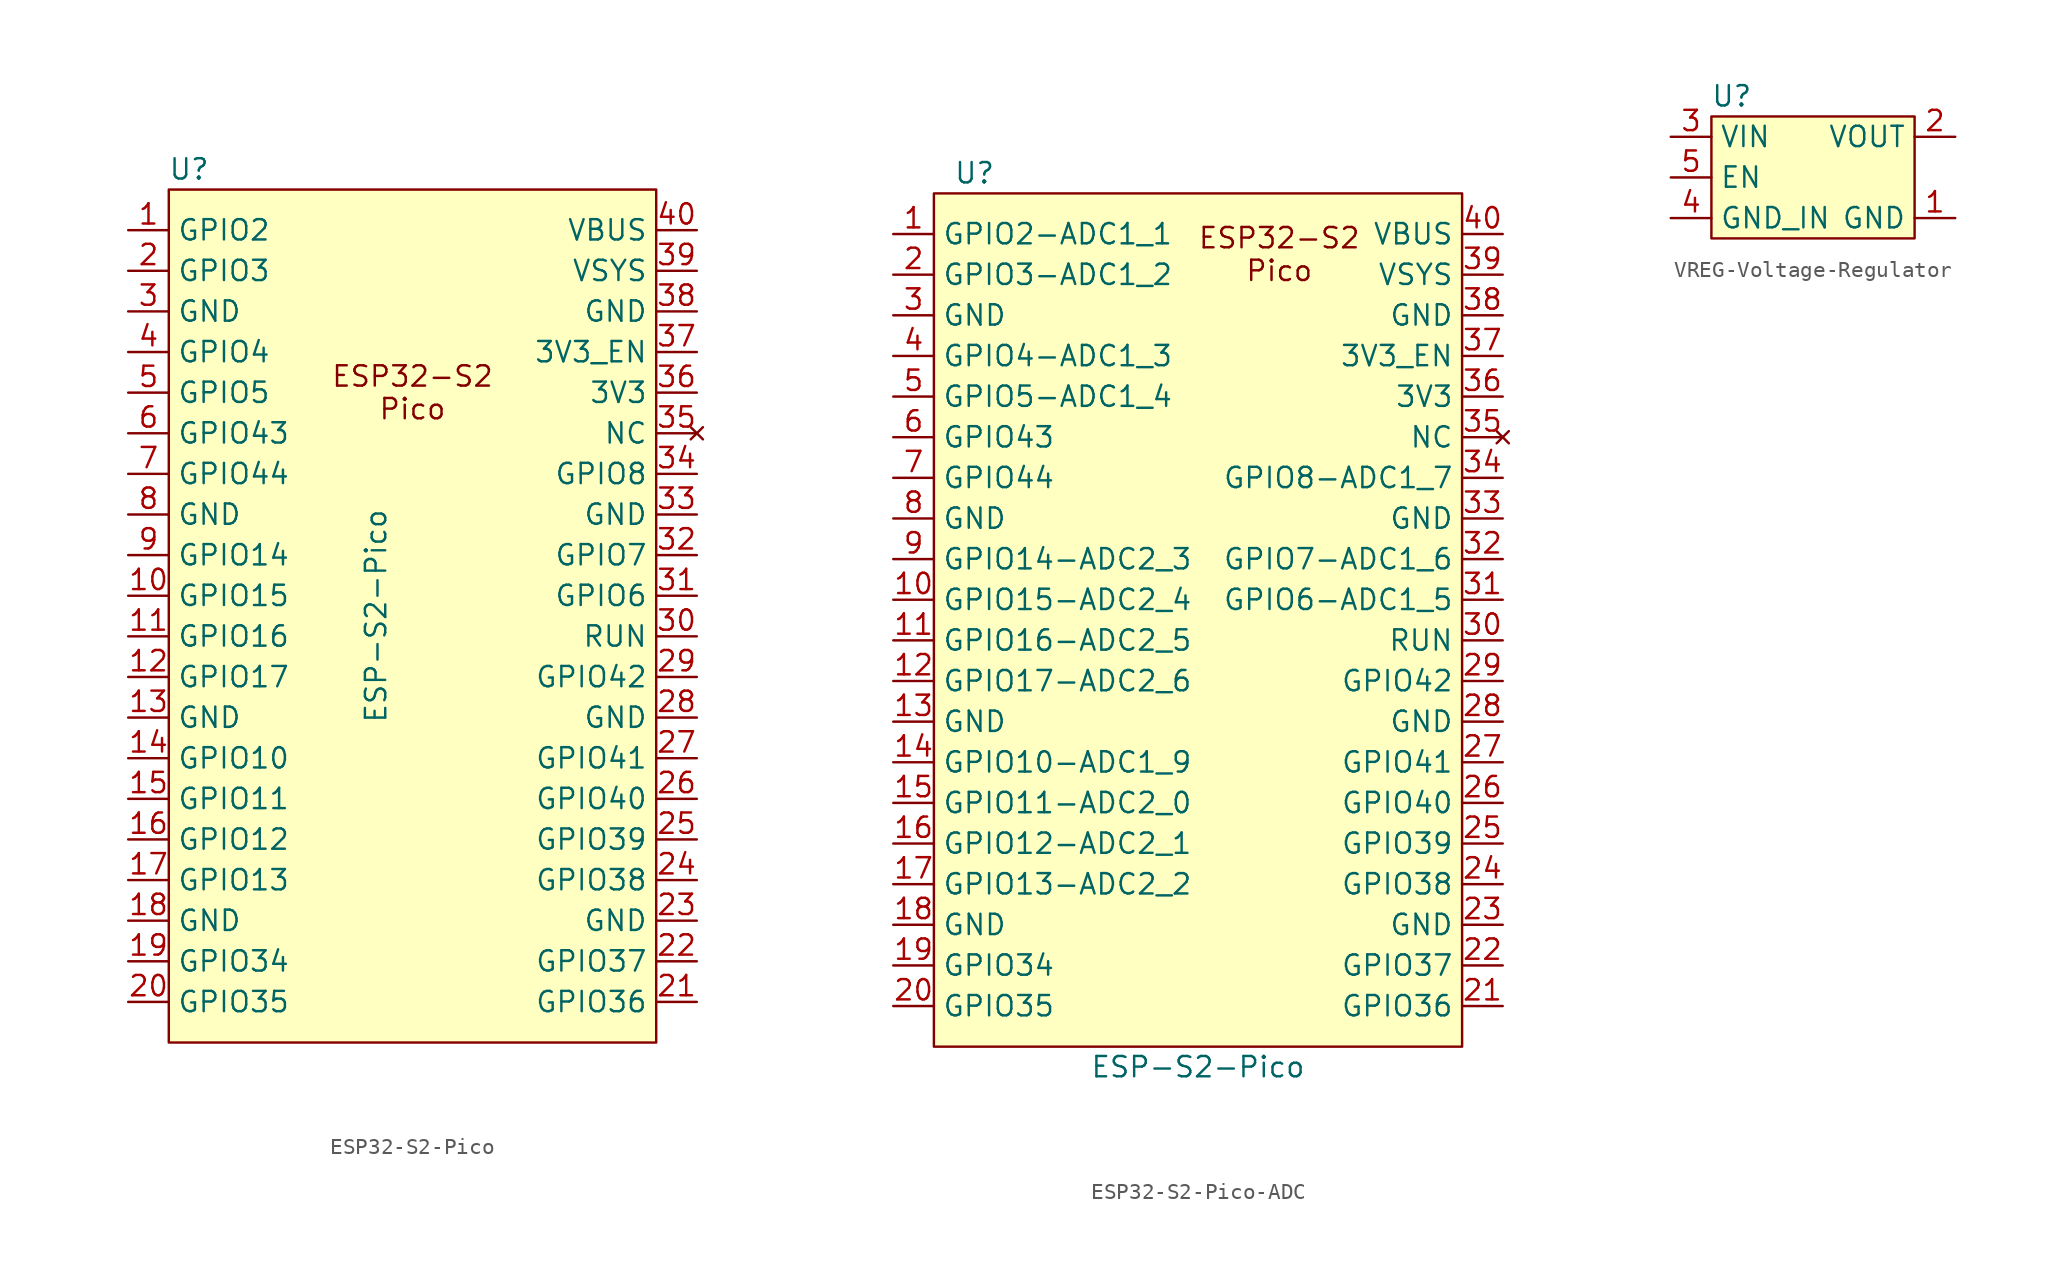
<source format=kicad_sym>
(kicad_symbol_lib
  (version 20231120)
  (generator "kicad_symbol_editor")
  (generator_version "8.0")
  (symbol "ESP32-S2-Pico"
    (property "Reference" "U"
      (at -13.97 27.94 0)
      (effects (font (size 1.27 1.27))))
    (property "Value" "ESP-S2-Pico"
      (at -2.286 0 90)
      (effects (font (size 1.27 1.27))))
    (symbol "ESP32-S2-Pico_0_1"
      (rectangle (start -15.24 26.67) (end 15.24 -26.67) (stroke (width 0) (type default)) (fill (type background))))
    (symbol "ESP32-S2-Pico_1_0"
      (text "ESP32-S2\nPico" (at 0 13.97 0) (effects (font (size 1.27 1.27)))))
    (symbol "ESP32-S2-Pico_1_1"
      (pin bidirectional line (at -17.78 24.13 0) (length 2.54) (name "GPIO2" (effects (font (size 1.27 1.27)))) (number "1" (effects (font (size 1.27 1.27)))))
      (pin bidirectional line (at -17.78 1.27 0) (length 2.54) (name "GPIO15" (effects (font (size 1.27 1.27)))) (number "10" (effects (font (size 1.27 1.27)))))
      (pin bidirectional line (at -17.78 -1.27 0) (length 2.54) (name "GPIO16" (effects (font (size 1.27 1.27)))) (number "11" (effects (font (size 1.27 1.27)))))
      (pin bidirectional line (at -17.78 -3.81 0) (length 2.54) (name "GPIO17" (effects (font (size 1.27 1.27)))) (number "12" (effects (font (size 1.27 1.27)))))
      (pin power_in line (at -17.78 -6.35 0) (length 2.54) (name "GND" (effects (font (size 1.27 1.27)))) (number "13" (effects (font (size 1.27 1.27)))))
      (pin bidirectional line (at -17.78 -8.89 0) (length 2.54) (name "GPIO10" (effects (font (size 1.27 1.27)))) (number "14" (effects (font (size 1.27 1.27)))))
      (pin bidirectional line (at -17.78 -11.43 0) (length 2.54) (name "GPIO11" (effects (font (size 1.27 1.27)))) (number "15" (effects (font (size 1.27 1.27)))))
      (pin bidirectional line (at -17.78 -13.97 0) (length 2.54) (name "GPIO12" (effects (font (size 1.27 1.27)))) (number "16" (effects (font (size 1.27 1.27)))))
      (pin bidirectional line (at -17.78 -16.51 0) (length 2.54) (name "GPIO13" (effects (font (size 1.27 1.27)))) (number "17" (effects (font (size 1.27 1.27)))))
      (pin power_in line (at -17.78 -19.05 0) (length 2.54) (name "GND" (effects (font (size 1.27 1.27)))) (number "18" (effects (font (size 1.27 1.27)))))
      (pin bidirectional line (at -17.78 -21.59 0) (length 2.54) (name "GPIO34" (effects (font (size 1.27 1.27)))) (number "19" (effects (font (size 1.27 1.27)))))
      (pin bidirectional line (at -17.78 21.59 0) (length 2.54) (name "GPIO3" (effects (font (size 1.27 1.27)))) (number "2" (effects (font (size 1.27 1.27)))))
      (pin bidirectional line (at -17.78 -24.13 0) (length 2.54) (name "GPIO35" (effects (font (size 1.27 1.27)))) (number "20" (effects (font (size 1.27 1.27)))))
      (pin bidirectional line (at 17.78 -24.13 180) (length 2.54) (name "GPIO36" (effects (font (size 1.27 1.27)))) (number "21" (effects (font (size 1.27 1.27)))))
      (pin bidirectional line (at 17.78 -21.59 180) (length 2.54) (name "GPIO37" (effects (font (size 1.27 1.27)))) (number "22" (effects (font (size 1.27 1.27)))))
      (pin power_in line (at 17.78 -19.05 180) (length 2.54) (name "GND" (effects (font (size 1.27 1.27)))) (number "23" (effects (font (size 1.27 1.27)))))
      (pin bidirectional line (at 17.78 -16.51 180) (length 2.54) (name "GPIO38" (effects (font (size 1.27 1.27)))) (number "24" (effects (font (size 1.27 1.27)))))
      (pin bidirectional line (at 17.78 -13.97 180) (length 2.54) (name "GPIO39" (effects (font (size 1.27 1.27)))) (number "25" (effects (font (size 1.27 1.27)))))
      (pin bidirectional line (at 17.78 -11.43 180) (length 2.54) (name "GPIO40" (effects (font (size 1.27 1.27)))) (number "26" (effects (font (size 1.27 1.27)))))
      (pin bidirectional line (at 17.78 -8.89 180) (length 2.54) (name "GPIO41" (effects (font (size 1.27 1.27)))) (number "27" (effects (font (size 1.27 1.27)))))
      (pin power_in line (at 17.78 -6.35 180) (length 2.54) (name "GND" (effects (font (size 1.27 1.27)))) (number "28" (effects (font (size 1.27 1.27)))))
      (pin bidirectional line (at 17.78 -3.81 180) (length 2.54) (name "GPIO42" (effects (font (size 1.27 1.27)))) (number "29" (effects (font (size 1.27 1.27)))))
      (pin power_in line (at -17.78 19.05 0) (length 2.54) (name "GND" (effects (font (size 1.27 1.27)))) (number "3" (effects (font (size 1.27 1.27)))))
      (pin input line (at 17.78 -1.27 180) (length 2.54) (name "RUN" (effects (font (size 1.27 1.27)))) (number "30" (effects (font (size 1.27 1.27)))))
      (pin bidirectional line (at 17.78 1.27 180) (length 2.54) (name "GPIO6" (effects (font (size 1.27 1.27)))) (number "31" (effects (font (size 1.27 1.27)))))
      (pin bidirectional line (at 17.78 3.81 180) (length 2.54) (name "GPIO7" (effects (font (size 1.27 1.27)))) (number "32" (effects (font (size 1.27 1.27)))))
      (pin power_in line (at 17.78 6.35 180) (length 2.54) (name "GND" (effects (font (size 1.27 1.27)))) (number "33" (effects (font (size 1.27 1.27)))))
      (pin bidirectional line (at 17.78 8.89 180) (length 2.54) (name "GPIO8" (effects (font (size 1.27 1.27)))) (number "34" (effects (font (size 1.27 1.27)))))
      (pin no_connect line (at 17.78 11.43 180) (length 2.54) (name "NC" (effects (font (size 1.27 1.27)))) (number "35" (effects (font (size 1.27 1.27)))))
      (pin power_in line (at 17.78 13.97 180) (length 2.54) (name "3V3" (effects (font (size 1.27 1.27)))) (number "36" (effects (font (size 1.27 1.27)))))
      (pin input line (at 17.78 16.51 180) (length 2.54) (name "3V3_EN" (effects (font (size 1.27 1.27)))) (number "37" (effects (font (size 1.27 1.27)))))
      (pin bidirectional line (at 17.78 19.05 180) (length 2.54) (name "GND" (effects (font (size 1.27 1.27)))) (number "38" (effects (font (size 1.27 1.27)))))
      (pin power_in line (at 17.78 21.59 180) (length 2.54) (name "VSYS" (effects (font (size 1.27 1.27)))) (number "39" (effects (font (size 1.27 1.27)))))
      (pin bidirectional line (at -17.78 16.51 0) (length 2.54) (name "GPIO4" (effects (font (size 1.27 1.27)))) (number "4" (effects (font (size 1.27 1.27)))))
      (pin power_in line (at 17.78 24.13 180) (length 2.54) (name "VBUS" (effects (font (size 1.27 1.27)))) (number "40" (effects (font (size 1.27 1.27)))))
      (pin bidirectional line (at -17.78 13.97 0) (length 2.54) (name "GPIO5" (effects (font (size 1.27 1.27)))) (number "5" (effects (font (size 1.27 1.27)))))
      (pin bidirectional line (at -17.78 11.43 0) (length 2.54) (name "GPIO43" (effects (font (size 1.27 1.27)))) (number "6" (effects (font (size 1.27 1.27)))))
      (pin bidirectional line (at -17.78 8.89 0) (length 2.54) (name "GPIO44" (effects (font (size 1.27 1.27)))) (number "7" (effects (font (size 1.27 1.27)))))
      (pin power_in line (at -17.78 6.35 0) (length 2.54) (name "GND" (effects (font (size 1.27 1.27)))) (number "8" (effects (font (size 1.27 1.27)))))
      (pin bidirectional line (at -17.78 3.81 0) (length 2.54) (name "GPIO14" (effects (font (size 1.27 1.27)))) (number "9" (effects (font (size 1.27 1.27)))))))
  (symbol "ESP32-S2-Pico-ADC"
    (property "Reference" "U"
      (at -13.97 27.94 0)
      (effects (font (size 1.27 1.27))))
    (property "Value" "ESP-S2-Pico"
      (at 0 -27.94 0)
      (effects (font (size 1.27 1.27))))
    (symbol "ESP32-S2-Pico-ADC_0_1"
      (rectangle (start -16.51 26.67) (end 16.51 -26.67) (stroke (width 0) (type default)) (fill (type background))))
    (symbol "ESP32-S2-Pico-ADC_1_0"
      (text "ESP32-S2\nPico" (at 5.08 22.86 0) (effects (font (size 1.27 1.27)))))
    (symbol "ESP32-S2-Pico-ADC_1_1"
      (pin bidirectional line (at -19.05 24.13 0) (length 2.54) (name "GPIO2-ADC1_1" (effects (font (size 1.27 1.27)))) (number "1" (effects (font (size 1.27 1.27)))))
      (pin bidirectional line (at -19.05 1.27 0) (length 2.54) (name "GPIO15-ADC2_4" (effects (font (size 1.27 1.27)))) (number "10" (effects (font (size 1.27 1.27)))))
      (pin bidirectional line (at -19.05 -1.27 0) (length 2.54) (name "GPIO16-ADC2_5" (effects (font (size 1.27 1.27)))) (number "11" (effects (font (size 1.27 1.27)))))
      (pin bidirectional line (at -19.05 -3.81 0) (length 2.54) (name "GPIO17-ADC2_6" (effects (font (size 1.27 1.27)))) (number "12" (effects (font (size 1.27 1.27)))))
      (pin power_in line (at -19.05 -6.35 0) (length 2.54) (name "GND" (effects (font (size 1.27 1.27)))) (number "13" (effects (font (size 1.27 1.27)))))
      (pin bidirectional line (at -19.05 -8.89 0) (length 2.54) (name "GPIO10-ADC1_9" (effects (font (size 1.27 1.27)))) (number "14" (effects (font (size 1.27 1.27)))))
      (pin bidirectional line (at -19.05 -11.43 0) (length 2.54) (name "GPIO11-ADC2_0" (effects (font (size 1.27 1.27)))) (number "15" (effects (font (size 1.27 1.27)))))
      (pin bidirectional line (at -19.05 -13.97 0) (length 2.54) (name "GPIO12-ADC2_1" (effects (font (size 1.27 1.27)))) (number "16" (effects (font (size 1.27 1.27)))))
      (pin bidirectional line (at -19.05 -16.51 0) (length 2.54) (name "GPIO13-ADC2_2" (effects (font (size 1.27 1.27)))) (number "17" (effects (font (size 1.27 1.27)))))
      (pin power_in line (at -19.05 -19.05 0) (length 2.54) (name "GND" (effects (font (size 1.27 1.27)))) (number "18" (effects (font (size 1.27 1.27)))))
      (pin bidirectional line (at -19.05 -21.59 0) (length 2.54) (name "GPIO34" (effects (font (size 1.27 1.27)))) (number "19" (effects (font (size 1.27 1.27)))))
      (pin bidirectional line (at -19.05 21.59 0) (length 2.54) (name "GPIO3-ADC1_2" (effects (font (size 1.27 1.27)))) (number "2" (effects (font (size 1.27 1.27)))))
      (pin bidirectional line (at -19.05 -24.13 0) (length 2.54) (name "GPIO35" (effects (font (size 1.27 1.27)))) (number "20" (effects (font (size 1.27 1.27)))))
      (pin bidirectional line (at 19.05 -24.13 180) (length 2.54) (name "GPIO36" (effects (font (size 1.27 1.27)))) (number "21" (effects (font (size 1.27 1.27)))))
      (pin bidirectional line (at 19.05 -21.59 180) (length 2.54) (name "GPIO37" (effects (font (size 1.27 1.27)))) (number "22" (effects (font (size 1.27 1.27)))))
      (pin power_in line (at 19.05 -19.05 180) (length 2.54) (name "GND" (effects (font (size 1.27 1.27)))) (number "23" (effects (font (size 1.27 1.27)))))
      (pin bidirectional line (at 19.05 -16.51 180) (length 2.54) (name "GPIO38" (effects (font (size 1.27 1.27)))) (number "24" (effects (font (size 1.27 1.27)))))
      (pin bidirectional line (at 19.05 -13.97 180) (length 2.54) (name "GPIO39" (effects (font (size 1.27 1.27)))) (number "25" (effects (font (size 1.27 1.27)))))
      (pin bidirectional line (at 19.05 -11.43 180) (length 2.54) (name "GPIO40" (effects (font (size 1.27 1.27)))) (number "26" (effects (font (size 1.27 1.27)))))
      (pin bidirectional line (at 19.05 -8.89 180) (length 2.54) (name "GPIO41" (effects (font (size 1.27 1.27)))) (number "27" (effects (font (size 1.27 1.27)))))
      (pin power_in line (at 19.05 -6.35 180) (length 2.54) (name "GND" (effects (font (size 1.27 1.27)))) (number "28" (effects (font (size 1.27 1.27)))))
      (pin bidirectional line (at 19.05 -3.81 180) (length 2.54) (name "GPIO42" (effects (font (size 1.27 1.27)))) (number "29" (effects (font (size 1.27 1.27)))))
      (pin power_in line (at -19.05 19.05 0) (length 2.54) (name "GND" (effects (font (size 1.27 1.27)))) (number "3" (effects (font (size 1.27 1.27)))))
      (pin input line (at 19.05 -1.27 180) (length 2.54) (name "RUN" (effects (font (size 1.27 1.27)))) (number "30" (effects (font (size 1.27 1.27)))))
      (pin bidirectional line (at 19.05 1.27 180) (length 2.54) (name "GPIO6-ADC1_5" (effects (font (size 1.27 1.27)))) (number "31" (effects (font (size 1.27 1.27)))))
      (pin bidirectional line (at 19.05 3.81 180) (length 2.54) (name "GPIO7-ADC1_6" (effects (font (size 1.27 1.27)))) (number "32" (effects (font (size 1.27 1.27)))))
      (pin power_in line (at 19.05 6.35 180) (length 2.54) (name "GND" (effects (font (size 1.27 1.27)))) (number "33" (effects (font (size 1.27 1.27)))))
      (pin bidirectional line (at 19.05 8.89 180) (length 2.54) (name "GPIO8-ADC1_7" (effects (font (size 1.27 1.27)))) (number "34" (effects (font (size 1.27 1.27)))))
      (pin no_connect line (at 19.05 11.43 180) (length 2.54) (name "NC" (effects (font (size 1.27 1.27)))) (number "35" (effects (font (size 1.27 1.27)))))
      (pin power_in line (at 19.05 13.97 180) (length 2.54) (name "3V3" (effects (font (size 1.27 1.27)))) (number "36" (effects (font (size 1.27 1.27)))))
      (pin input line (at 19.05 16.51 180) (length 2.54) (name "3V3_EN" (effects (font (size 1.27 1.27)))) (number "37" (effects (font (size 1.27 1.27)))))
      (pin bidirectional line (at 19.05 19.05 180) (length 2.54) (name "GND" (effects (font (size 1.27 1.27)))) (number "38" (effects (font (size 1.27 1.27)))))
      (pin power_in line (at 19.05 21.59 180) (length 2.54) (name "VSYS" (effects (font (size 1.27 1.27)))) (number "39" (effects (font (size 1.27 1.27)))))
      (pin bidirectional line (at -19.05 16.51 0) (length 2.54) (name "GPIO4-ADC1_3" (effects (font (size 1.27 1.27)))) (number "4" (effects (font (size 1.27 1.27)))))
      (pin power_in line (at 19.05 24.13 180) (length 2.54) (name "VBUS" (effects (font (size 1.27 1.27)))) (number "40" (effects (font (size 1.27 1.27)))))
      (pin bidirectional line (at -19.05 13.97 0) (length 2.54) (name "GPIO5-ADC1_4" (effects (font (size 1.27 1.27)))) (number "5" (effects (font (size 1.27 1.27)))))
      (pin bidirectional line (at -19.05 11.43 0) (length 2.54) (name "GPIO43" (effects (font (size 1.27 1.27)))) (number "6" (effects (font (size 1.27 1.27)))))
      (pin bidirectional line (at -19.05 8.89 0) (length 2.54) (name "GPIO44" (effects (font (size 1.27 1.27)))) (number "7" (effects (font (size 1.27 1.27)))))
      (pin power_in line (at -19.05 6.35 0) (length 2.54) (name "GND" (effects (font (size 1.27 1.27)))) (number "8" (effects (font (size 1.27 1.27)))))
      (pin bidirectional line (at -19.05 3.81 0) (length 2.54) (name "GPIO14-ADC2_3" (effects (font (size 1.27 1.27)))) (number "9" (effects (font (size 1.27 1.27)))))))
  (symbol "VREG-Voltage-Regulator"
    (property "Reference" "U"
      (at -5.08 5.08 0)
      (effects (font (size 1.27 1.27))))
    (property "Value" ""
      (at -5.08 3.81 0)
      (effects (font (size 1.27 1.27))))
    (symbol "VREG-Voltage-Regulator_1_1"
      (rectangle (start -6.35 3.81) (end 6.35 -3.81) (stroke (width 0) (type default)) (fill (type background)))
      (pin power_out line (at 8.89 -2.54 180) (length 2.54) (name "GND" (effects (font (size 1.27 1.27)))) (number "1" (effects (font (size 1.27 1.27)))))
      (pin power_out line (at 8.89 2.54 180) (length 2.54) (name "VOUT" (effects (font (size 1.27 1.27)))) (number "2" (effects (font (size 1.27 1.27)))))
      (pin power_in line (at -8.89 2.54 0) (length 2.54) (name "VIN" (effects (font (size 1.27 1.27)))) (number "3" (effects (font (size 1.27 1.27)))))
      (pin power_in line (at -8.89 -2.54 0) (length 2.54) (name "GND_IN" (effects (font (size 1.27 1.27)))) (number "4" (effects (font (size 1.27 1.27)))))
      (pin input line (at -8.89 0 0) (length 2.54) (name "EN" (effects (font (size 1.27 1.27)))) (number "5" (effects (font (size 1.27 1.27))))))))
</source>
